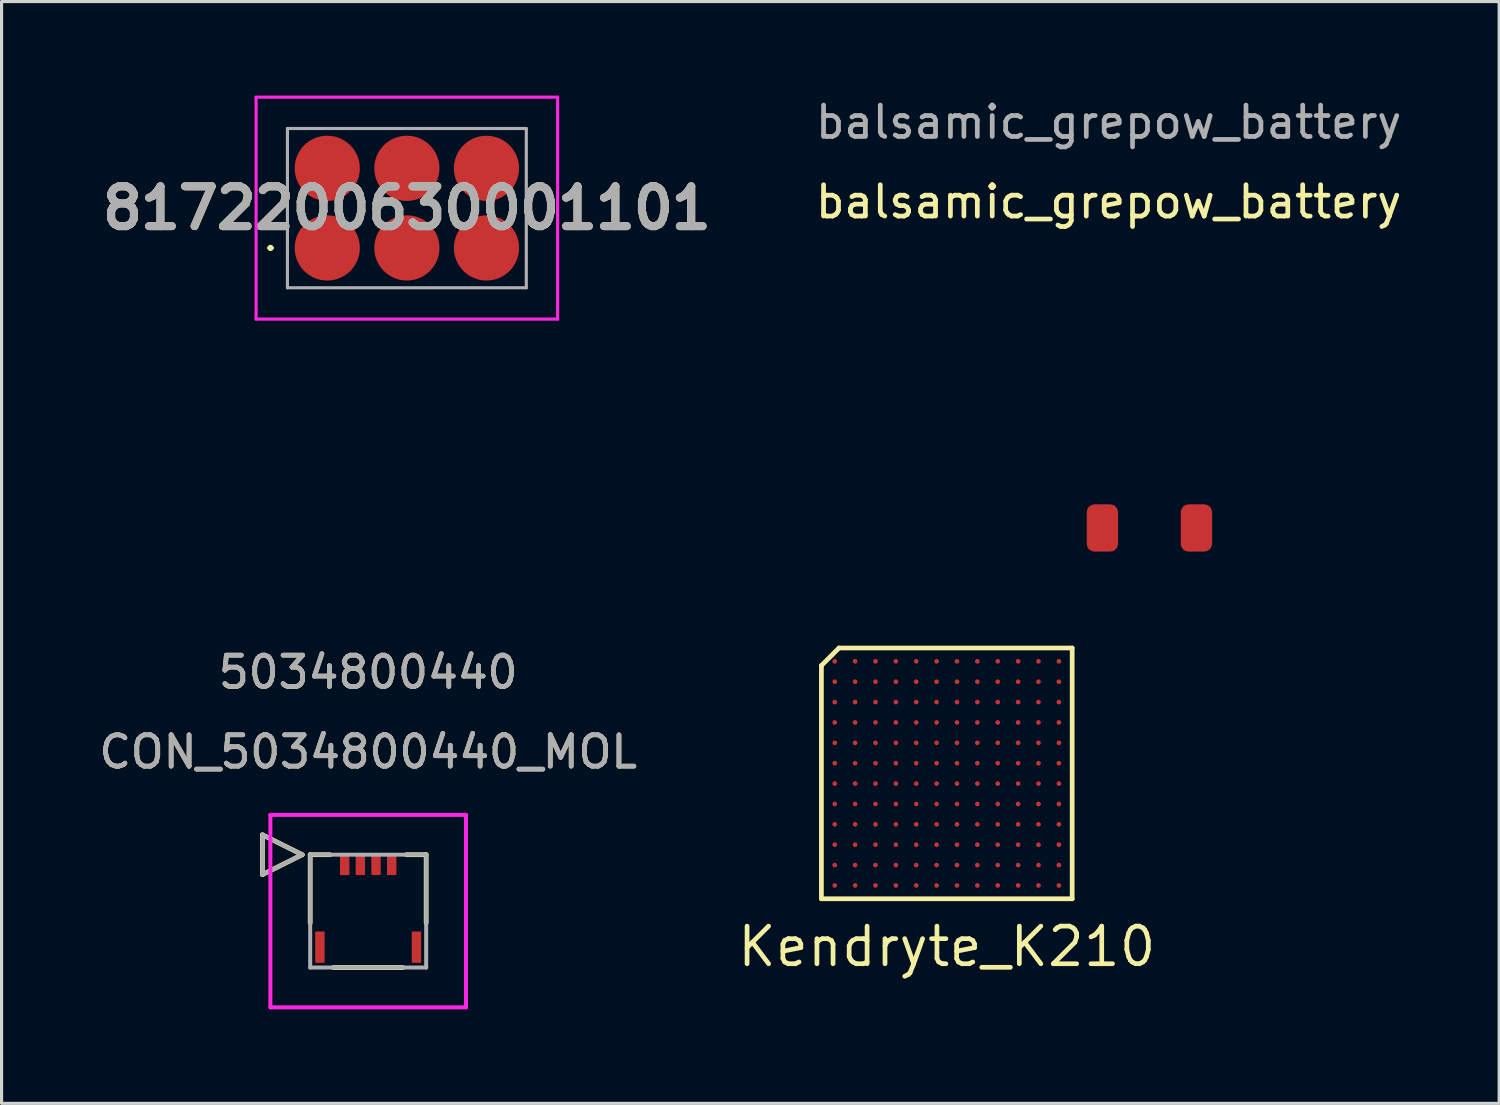
<source format=kicad_pcb>
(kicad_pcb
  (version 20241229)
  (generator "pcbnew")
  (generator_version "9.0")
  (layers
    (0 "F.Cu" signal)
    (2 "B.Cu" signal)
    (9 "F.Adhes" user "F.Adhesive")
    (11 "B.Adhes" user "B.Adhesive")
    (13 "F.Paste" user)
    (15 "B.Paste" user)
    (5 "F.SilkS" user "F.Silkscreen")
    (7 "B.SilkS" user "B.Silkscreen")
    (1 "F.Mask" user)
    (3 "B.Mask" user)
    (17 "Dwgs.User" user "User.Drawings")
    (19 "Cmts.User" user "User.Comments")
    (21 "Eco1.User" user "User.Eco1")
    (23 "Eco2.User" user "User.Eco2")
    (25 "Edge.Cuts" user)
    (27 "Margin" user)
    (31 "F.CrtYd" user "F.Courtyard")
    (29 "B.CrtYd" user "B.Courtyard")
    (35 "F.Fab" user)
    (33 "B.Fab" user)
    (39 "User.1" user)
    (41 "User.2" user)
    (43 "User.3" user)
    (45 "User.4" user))
  (footprint "8172200630001101"
    (layer "F.Cu")
    (at 9.93 3.59)
    (property "Reference" "8172200630001101" (at 0 0 0) (layer "F.SilkS") (effects (font (size 1.27 1.27) (thickness 0.254))))
    (attr smd)
    (fp_line (start -4.4 1.27) (end -4.4 1.27) (stroke (width 0.1) (type solid)) (layer "F.SilkS"))
    (fp_line (start -4.3 1.27) (end -4.3 1.27) (stroke (width 0.1) (type solid)) (layer "F.SilkS"))
    (fp_arc (start -4.4 1.27) (mid -4.35 1.22) (end -4.3 1.27) (stroke (width 0.1) (type solid)) (layer "F.SilkS"))
    (fp_arc (start -4.3 1.27) (mid -4.35 1.32) (end -4.4 1.27) (stroke (width 0.1) (type solid)) (layer "F.SilkS"))
    (fp_line (start -4.81 -3.54) (end 4.81 -3.54) (stroke (width 0.1) (type solid)) (layer "F.CrtYd"))
    (fp_line (start -4.81 3.54) (end -4.81 -3.54) (stroke (width 0.1) (type solid)) (layer "F.CrtYd"))
    (fp_line (start 4.81 -3.54) (end 4.81 3.54) (stroke (width 0.1) (type solid)) (layer "F.CrtYd"))
    (fp_line (start 4.81 3.54) (end -4.81 3.54) (stroke (width 0.1) (type solid)) (layer "F.CrtYd"))
    (fp_line (start -3.81 -2.54) (end 3.81 -2.54) (stroke (width 0.1) (type solid)) (layer "F.Fab"))
    (fp_line (start -3.81 2.54) (end -3.81 -2.54) (stroke (width 0.1) (type solid)) (layer "F.Fab"))
    (fp_line (start 3.81 -2.54) (end 3.81 2.54) (stroke (width 0.1) (type solid)) (layer "F.Fab"))
    (fp_line (start 3.81 2.54) (end -3.81 2.54) (stroke (width 0.1) (type solid)) (layer "F.Fab"))
    (fp_text user "${REFERENCE}" (at 0 0 0) (layer "F.Fab") (effects (font (size 1.27 1.27) (thickness 0.254))))
    (pad "1" smd circle (at -2.54 1.27 90) (size 2.08 2.08) (layers "F.Cu" "F.Mask" "F.Paste"))
    (pad "2" smd circle (at -2.54 -1.27 90) (size 2.08 2.08) (layers "F.Cu" "F.Mask" "F.Paste"))
    (pad "3" smd circle (at 0 1.27 90) (size 2.08 2.08) (layers "F.Cu" "F.Mask" "F.Paste"))
    (pad "4" smd circle (at 0 -1.27 90) (size 2.08 2.08) (layers "F.Cu" "F.Mask" "F.Paste"))
    (pad "5" smd circle (at 2.54 1.27 90) (size 2.08 2.08) (layers "F.Cu" "F.Mask" "F.Paste"))
    (pad "6" smd circle (at 2.54 -1.27 90) (size 2.08 2.08) (layers "F.Cu" "F.Mask" "F.Paste")))
  (footprint "CON_5034800440_MOL"
    (layer "F.Cu")
    (at 8.696 26.017)
    (property "Reference" "CON_5034800440_MOL" (at 0 -5.08 0) (unlocked yes) (layer "F.SilkS") (effects (font (size 1 1) (thickness 0.15))))
    (attr smd)
    (fp_line (start -3.374 -2.435) (end -3.374 -1.165) (stroke (width 0.152) (type solid)) (layer "F.SilkS"))
    (fp_line (start -3.374 -1.165) (end -2.104 -1.8) (stroke (width 0.152) (type solid)) (layer "F.SilkS"))
    (fp_line (start -2.104 -1.8) (end -3.374 -2.435) (stroke (width 0.152) (type solid)) (layer "F.SilkS"))
    (fp_line (start -1.85 -1.8) (end -1.85 0.373) (stroke (width 0.152) (type solid)) (layer "F.SilkS"))
    (fp_line (start -1.22 -1.8) (end -1.85 -1.8) (stroke (width 0.152) (type solid)) (layer "F.SilkS"))
    (fp_line (start -1.107 1.8) (end 1.107 1.8) (stroke (width 0.152) (type solid)) (layer "F.SilkS"))
    (fp_line (start 1.85 -1.8) (end 1.22 -1.8) (stroke (width 0.152) (type solid)) (layer "F.SilkS"))
    (fp_line (start 1.85 0.373) (end 1.85 -1.8) (stroke (width 0.152) (type solid)) (layer "F.SilkS"))
    (fp_line (start -3.12 -3.07) (end -3.12 3.07) (stroke (width 0.127) (type solid)) (layer "F.CrtYd"))
    (fp_line (start -3.12 3.07) (end 3.12 3.07) (stroke (width 0.127) (type solid)) (layer "F.CrtYd"))
    (fp_line (start 3.12 -3.07) (end -3.12 -3.07) (stroke (width 0.127) (type solid)) (layer "F.CrtYd"))
    (fp_line (start 3.12 3.07) (end 3.12 -3.07) (stroke (width 0.127) (type solid)) (layer "F.CrtYd"))
    (fp_line (start -3.374 -2.435) (end -3.374 -1.165) (stroke (width 0.127) (type solid)) (layer "F.Fab"))
    (fp_line (start -3.374 -1.165) (end -2.104 -1.8) (stroke (width 0.127) (type solid)) (layer "F.Fab"))
    (fp_line (start -2.104 -1.8) (end -3.374 -2.435) (stroke (width 0.127) (type solid)) (layer "F.Fab"))
    (fp_line (start -1.85 -1.8) (end -1.85 1.8) (stroke (width 0.127) (type solid)) (layer "F.Fab"))
    (fp_line (start -1.85 1.8) (end 1.85 1.8) (stroke (width 0.127) (type solid)) (layer "F.Fab"))
    (fp_line (start 1.85 -1.8) (end -1.85 -1.8) (stroke (width 0.127) (type solid)) (layer "F.Fab"))
    (fp_line (start 1.85 1.8) (end 1.85 -1.8) (stroke (width 0.127) (type solid)) (layer "F.Fab"))
    (fp_text user "5034800440" (at 0 -7.62 0) (unlocked yes) (layer "F.SilkS") (effects (font (size 1 1) (thickness 0.15))))
    (fp_text user "5034800440" (at 0 -7.62 0) (unlocked yes) (layer "F.Fab") (effects (font (size 1 1) (thickness 0.15))))
    (fp_text user "${REFERENCE}" (at 0 -5.08 0) (unlocked yes) (layer "F.Fab") (effects (font (size 1 1) (thickness 0.15))))
    (pad "1" smd rect (at -0.75 -1.5) (size 0.3 0.7) (layers "F.Cu" "F.Mask" "F.Paste"))
    (pad "2" smd rect (at -0.25 -1.5) (size 0.3 0.7) (layers "F.Cu" "F.Mask" "F.Paste"))
    (pad "3" smd rect (at 0.25 -1.5) (size 0.3 0.7) (layers "F.Cu" "F.Mask" "F.Paste"))
    (pad "4" smd rect (at 0.75 -1.5) (size 0.3 0.7) (layers "F.Cu" "F.Mask" "F.Paste"))
    (pad "P1" smd rect (at -1.54 1.15) (size 0.3 1) (layers "F.Cu" "F.Mask" "F.Paste"))
    (pad "P2" smd rect (at 1.54 1.15) (size 0.3 1) (layers "F.Cu" "F.Mask" "F.Paste")))
  (footprint "balsamic_grepow_battery"
    (layer "F.Cu")
    (at 32.319 13.548)
    (property "Reference" "balsamic_grepow_battery" (at 0 -10.16 0) (unlocked yes) (layer "F.SilkS") (effects (font (size 1 1) (thickness 0.15))))
    (attr smd)
    (fp_text user "${REFERENCE}" (at 0 -12.7 0) (unlocked yes) (layer "F.Fab") (effects (font (size 1 1) (thickness 0.15))))
    (pad "1" smd roundrect (at -0.2 0.246 180) (size 1 1.508) (layers "F.Cu" "F.Mask" "F.Paste") (roundrect_rratio 0.25))
    (pad "2" smd roundrect (at 2.8 0.246 180) (size 1 1.508) (layers "F.Cu" "F.Mask" "F.Paste") (roundrect_rratio 0.25)))
  (footprint "Kendryte_K210"
    (layer "F.Cu")
    (at 27.155 21.623)
    (property "Reference" "Kendryte_K210" (at 0 5.525 0) (layer "F.SilkS") (effects (font (size 1.2 1.2) (thickness 0.15))))
    (attr through_hole)
    (fp_line (start -4 -3.44) (end -4 4) (stroke (width 0.15) (type solid)) (layer "F.SilkS"))
    (fp_line (start -4 4) (end 4 4) (stroke (width 0.15) (type solid)) (layer "F.SilkS"))
    (fp_line (start -3.44 -4) (end -4 -3.44) (stroke (width 0.15) (type solid)) (layer "F.SilkS"))
    (fp_line (start 4 -4) (end -3.44 -4) (stroke (width 0.15) (type solid)) (layer "F.SilkS"))
    (fp_line (start 4 4) (end 4 -4) (stroke (width 0.15) (type solid)) (layer "F.SilkS"))
    (pad "A1" smd circle (at -3.575 -3.575) (size 0.15 0.15) (layers "F.Cu" "F.Mask" "F.Paste"))
    (pad "A2" smd circle (at -2.925 -3.575) (size 0.15 0.15) (layers "F.Cu" "F.Mask" "F.Paste"))
    (pad "A3" smd circle (at -2.275 -3.575) (size 0.15 0.15) (layers "F.Cu" "F.Mask" "F.Paste"))
    (pad "A4" smd circle (at -1.625 -3.575) (size 0.15 0.15) (layers "F.Cu" "F.Mask" "F.Paste"))
    (pad "A5" smd circle (at -0.975 -3.575) (size 0.15 0.15) (layers "F.Cu" "F.Mask" "F.Paste"))
    (pad "A6" smd circle (at -0.325 -3.575) (size 0.15 0.15) (layers "F.Cu" "F.Mask" "F.Paste"))
    (pad "A7" smd circle (at 0.325 -3.575) (size 0.15 0.15) (layers "F.Cu" "F.Mask" "F.Paste"))
    (pad "A8" smd circle (at 0.975 -3.575) (size 0.15 0.15) (layers "F.Cu" "F.Mask" "F.Paste"))
    (pad "A9" smd circle (at 1.625 -3.575) (size 0.15 0.15) (layers "F.Cu" "F.Mask" "F.Paste"))
    (pad "A10" smd circle (at 2.275 -3.575) (size 0.15 0.15) (layers "F.Cu" "F.Mask" "F.Paste"))
    (pad "A11" smd circle (at 2.925 -3.575) (size 0.15 0.15) (layers "F.Cu" "F.Mask" "F.Paste"))
    (pad "A12" smd circle (at 3.575 -3.575) (size 0.15 0.15) (layers "F.Cu" "F.Mask" "F.Paste"))
    (pad "B1" smd circle (at -3.575 -2.925) (size 0.15 0.15) (layers "F.Cu" "F.Mask" "F.Paste"))
    (pad "B2" smd circle (at -2.925 -2.925) (size 0.15 0.15) (layers "F.Cu" "F.Mask" "F.Paste"))
    (pad "B3" smd circle (at -2.275 -2.925) (size 0.15 0.15) (layers "F.Cu" "F.Mask" "F.Paste"))
    (pad "B4" smd circle (at -1.625 -2.925) (size 0.15 0.15) (layers "F.Cu" "F.Mask" "F.Paste"))
    (pad "B5" smd circle (at -0.975 -2.925) (size 0.15 0.15) (layers "F.Cu" "F.Mask" "F.Paste"))
    (pad "B6" smd circle (at -0.325 -2.925) (size 0.15 0.15) (layers "F.Cu" "F.Mask" "F.Paste"))
    (pad "B7" smd circle (at 0.325 -2.925) (size 0.15 0.15) (layers "F.Cu" "F.Mask" "F.Paste"))
    (pad "B8" smd circle (at 0.975 -2.925) (size 0.15 0.15) (layers "F.Cu" "F.Mask" "F.Paste"))
    (pad "B9" smd circle (at 1.625 -2.925) (size 0.15 0.15) (layers "F.Cu" "F.Mask" "F.Paste"))
    (pad "B10" smd circle (at 2.275 -2.925) (size 0.15 0.15) (layers "F.Cu" "F.Mask" "F.Paste"))
    (pad "B11" smd circle (at 2.925 -2.925) (size 0.15 0.15) (layers "F.Cu" "F.Mask" "F.Paste"))
    (pad "B12" smd circle (at 3.575 -2.925) (size 0.15 0.15) (layers "F.Cu" "F.Mask" "F.Paste"))
    (pad "C1" smd circle (at -3.575 -2.275) (size 0.15 0.15) (layers "F.Cu" "F.Mask" "F.Paste"))
    (pad "C2" smd circle (at -2.925 -2.275) (size 0.15 0.15) (layers "F.Cu" "F.Mask" "F.Paste"))
    (pad "C3" smd circle (at -2.275 -2.275) (size 0.15 0.15) (layers "F.Cu" "F.Mask" "F.Paste"))
    (pad "C4" smd circle (at -1.625 -2.275) (size 0.15 0.15) (layers "F.Cu" "F.Mask" "F.Paste"))
    (pad "C5" smd circle (at -0.975 -2.275) (size 0.15 0.15) (layers "F.Cu" "F.Mask" "F.Paste"))
    (pad "C6" smd circle (at -0.325 -2.275) (size 0.15 0.15) (layers "F.Cu" "F.Mask" "F.Paste"))
    (pad "C7" smd circle (at 0.325 -2.275) (size 0.15 0.15) (layers "F.Cu" "F.Mask" "F.Paste"))
    (pad "C8" smd circle (at 0.975 -2.275) (size 0.15 0.15) (layers "F.Cu" "F.Mask" "F.Paste"))
    (pad "C9" smd circle (at 1.625 -2.275) (size 0.15 0.15) (layers "F.Cu" "F.Mask" "F.Paste"))
    (pad "C10" smd circle (at 2.275 -2.275) (size 0.15 0.15) (layers "F.Cu" "F.Mask" "F.Paste"))
    (pad "C11" smd circle (at 2.925 -2.275) (size 0.15 0.15) (layers "F.Cu" "F.Mask" "F.Paste"))
    (pad "C12" smd circle (at 3.575 -2.275) (size 0.15 0.15) (layers "F.Cu" "F.Mask" "F.Paste"))
    (pad "D1" smd circle (at -3.575 -1.625) (size 0.15 0.15) (layers "F.Cu" "F.Mask" "F.Paste"))
    (pad "D2" smd circle (at -2.925 -1.625) (size 0.15 0.15) (layers "F.Cu" "F.Mask" "F.Paste"))
    (pad "D3" smd circle (at -2.275 -1.625) (size 0.15 0.15) (layers "F.Cu" "F.Mask" "F.Paste"))
    (pad "D4" smd circle (at -1.625 -1.625) (size 0.15 0.15) (layers "F.Cu" "F.Mask" "F.Paste"))
    (pad "D5" smd circle (at -0.975 -1.625) (size 0.15 0.15) (layers "F.Cu" "F.Mask" "F.Paste"))
    (pad "D6" smd circle (at -0.325 -1.625) (size 0.15 0.15) (layers "F.Cu" "F.Mask" "F.Paste"))
    (pad "D7" smd circle (at 0.325 -1.625) (size 0.15 0.15) (layers "F.Cu" "F.Mask" "F.Paste"))
    (pad "D8" smd circle (at 0.975 -1.625) (size 0.15 0.15) (layers "F.Cu" "F.Mask" "F.Paste"))
    (pad "D9" smd circle (at 1.625 -1.625) (size 0.15 0.15) (layers "F.Cu" "F.Mask" "F.Paste"))
    (pad "D10" smd circle (at 2.275 -1.625) (size 0.15 0.15) (layers "F.Cu" "F.Mask" "F.Paste"))
    (pad "D11" smd circle (at 2.925 -1.625) (size 0.15 0.15) (layers "F.Cu" "F.Mask" "F.Paste"))
    (pad "D12" smd circle (at 3.575 -1.625) (size 0.15 0.15) (layers "F.Cu" "F.Mask" "F.Paste"))
    (pad "E1" smd circle (at -3.575 -0.975) (size 0.15 0.15) (layers "F.Cu" "F.Mask" "F.Paste"))
    (pad "E2" smd circle (at -2.925 -0.975) (size 0.15 0.15) (layers "F.Cu" "F.Mask" "F.Paste"))
    (pad "E3" smd circle (at -2.275 -0.975) (size 0.15 0.15) (layers "F.Cu" "F.Mask" "F.Paste"))
    (pad "E4" smd circle (at -1.625 -0.975) (size 0.15 0.15) (layers "F.Cu" "F.Mask" "F.Paste"))
    (pad "E5" smd circle (at -0.975 -0.975) (size 0.15 0.15) (layers "F.Cu" "F.Mask" "F.Paste"))
    (pad "E6" smd circle (at -0.325 -0.975) (size 0.15 0.15) (layers "F.Cu" "F.Mask" "F.Paste"))
    (pad "E7" smd circle (at 0.325 -0.975) (size 0.15 0.15) (layers "F.Cu" "F.Mask" "F.Paste"))
    (pad "E8" smd circle (at 0.975 -0.975) (size 0.15 0.15) (layers "F.Cu" "F.Mask" "F.Paste"))
    (pad "E9" smd circle (at 1.625 -0.975) (size 0.15 0.15) (layers "F.Cu" "F.Mask" "F.Paste"))
    (pad "E10" smd circle (at 2.275 -0.975) (size 0.15 0.15) (layers "F.Cu" "F.Mask" "F.Paste"))
    (pad "E11" smd circle (at 2.925 -0.975) (size 0.15 0.15) (layers "F.Cu" "F.Mask" "F.Paste"))
    (pad "E12" smd circle (at 3.575 -0.975) (size 0.15 0.15) (layers "F.Cu" "F.Mask" "F.Paste"))
    (pad "F1" smd circle (at -3.575 -0.325) (size 0.15 0.15) (layers "F.Cu" "F.Mask" "F.Paste"))
    (pad "F2" smd circle (at -2.925 -0.325) (size 0.15 0.15) (layers "F.Cu" "F.Mask" "F.Paste"))
    (pad "F3" smd circle (at -2.275 -0.325) (size 0.15 0.15) (layers "F.Cu" "F.Mask" "F.Paste"))
    (pad "F4" smd circle (at -1.625 -0.325) (size 0.15 0.15) (layers "F.Cu" "F.Mask" "F.Paste"))
    (pad "F5" smd circle (at -0.975 -0.325) (size 0.15 0.15) (layers "F.Cu" "F.Mask" "F.Paste"))
    (pad "F6" smd circle (at -0.325 -0.325) (size 0.15 0.15) (layers "F.Cu" "F.Mask" "F.Paste"))
    (pad "F7" smd circle (at 0.325 -0.325) (size 0.15 0.15) (layers "F.Cu" "F.Mask" "F.Paste"))
    (pad "F8" smd circle (at 0.975 -0.325) (size 0.15 0.15) (layers "F.Cu" "F.Mask" "F.Paste"))
    (pad "F9" smd circle (at 1.625 -0.325) (size 0.15 0.15) (layers "F.Cu" "F.Mask" "F.Paste"))
    (pad "F10" smd circle (at 2.275 -0.325) (size 0.15 0.15) (layers "F.Cu" "F.Mask" "F.Paste"))
    (pad "F11" smd circle (at 2.925 -0.325) (size 0.15 0.15) (layers "F.Cu" "F.Mask" "F.Paste"))
    (pad "F12" smd circle (at 3.575 -0.325) (size 0.15 0.15) (layers "F.Cu" "F.Mask" "F.Paste"))
    (pad "G1" smd circle (at -3.575 0.325) (size 0.15 0.15) (layers "F.Cu" "F.Mask" "F.Paste"))
    (pad "G2" smd circle (at -2.925 0.325) (size 0.15 0.15) (layers "F.Cu" "F.Mask" "F.Paste"))
    (pad "G3" smd circle (at -2.275 0.325) (size 0.15 0.15) (layers "F.Cu" "F.Mask" "F.Paste"))
    (pad "G4" smd circle (at -1.625 0.325) (size 0.15 0.15) (layers "F.Cu" "F.Mask" "F.Paste"))
    (pad "G5" smd circle (at -0.975 0.325) (size 0.15 0.15) (layers "F.Cu" "F.Mask" "F.Paste"))
    (pad "G6" smd circle (at -0.325 0.325) (size 0.15 0.15) (layers "F.Cu" "F.Mask" "F.Paste"))
    (pad "G7" smd circle (at 0.325 0.325) (size 0.15 0.15) (layers "F.Cu" "F.Mask" "F.Paste"))
    (pad "G8" smd circle (at 0.975 0.325) (size 0.15 0.15) (layers "F.Cu" "F.Mask" "F.Paste"))
    (pad "G9" smd circle (at 1.625 0.325) (size 0.15 0.15) (layers "F.Cu" "F.Mask" "F.Paste"))
    (pad "G10" smd circle (at 2.275 0.325) (size 0.15 0.15) (layers "F.Cu" "F.Mask" "F.Paste"))
    (pad "G11" smd circle (at 2.925 0.325) (size 0.15 0.15) (layers "F.Cu" "F.Mask" "F.Paste"))
    (pad "G12" smd circle (at 3.575 0.325) (size 0.15 0.15) (layers "F.Cu" "F.Mask" "F.Paste"))
    (pad "H1" smd circle (at -3.575 0.975) (size 0.15 0.15) (layers "F.Cu" "F.Mask" "F.Paste"))
    (pad "H2" smd circle (at -2.925 0.975) (size 0.15 0.15) (layers "F.Cu" "F.Mask" "F.Paste"))
    (pad "H3" smd circle (at -2.275 0.975) (size 0.15 0.15) (layers "F.Cu" "F.Mask" "F.Paste"))
    (pad "H4" smd circle (at -1.625 0.975) (size 0.15 0.15) (layers "F.Cu" "F.Mask" "F.Paste"))
    (pad "H5" smd circle (at -0.975 0.975) (size 0.15 0.15) (layers "F.Cu" "F.Mask" "F.Paste"))
    (pad "H6" smd circle (at -0.325 0.975) (size 0.15 0.15) (layers "F.Cu" "F.Mask" "F.Paste"))
    (pad "H7" smd circle (at 0.325 0.975) (size 0.15 0.15) (layers "F.Cu" "F.Mask" "F.Paste"))
    (pad "H8" smd circle (at 0.975 0.975) (size 0.15 0.15) (layers "F.Cu" "F.Mask" "F.Paste"))
    (pad "H9" smd circle (at 1.625 0.975) (size 0.15 0.15) (layers "F.Cu" "F.Mask" "F.Paste"))
    (pad "H10" smd circle (at 2.275 0.975) (size 0.15 0.15) (layers "F.Cu" "F.Mask" "F.Paste"))
    (pad "H11" smd circle (at 2.925 0.975) (size 0.15 0.15) (layers "F.Cu" "F.Mask" "F.Paste"))
    (pad "H12" smd circle (at 3.575 0.975) (size 0.15 0.15) (layers "F.Cu" "F.Mask" "F.Paste"))
    (pad "J1" smd circle (at -3.575 1.625) (size 0.15 0.15) (layers "F.Cu" "F.Mask" "F.Paste"))
    (pad "J2" smd circle (at -2.925 1.625) (size 0.15 0.15) (layers "F.Cu" "F.Mask" "F.Paste"))
    (pad "J3" smd circle (at -2.275 1.625) (size 0.15 0.15) (layers "F.Cu" "F.Mask" "F.Paste"))
    (pad "J4" smd circle (at -1.625 1.625) (size 0.15 0.15) (layers "F.Cu" "F.Mask" "F.Paste"))
    (pad "J5" smd circle (at -0.975 1.625) (size 0.15 0.15) (layers "F.Cu" "F.Mask" "F.Paste"))
    (pad "J6" smd circle (at -0.325 1.625) (size 0.15 0.15) (layers "F.Cu" "F.Mask" "F.Paste"))
    (pad "J7" smd circle (at 0.325 1.625) (size 0.15 0.15) (layers "F.Cu" "F.Mask" "F.Paste"))
    (pad "J8" smd circle (at 0.975 1.625) (size 0.15 0.15) (layers "F.Cu" "F.Mask" "F.Paste"))
    (pad "J9" smd circle (at 1.625 1.625) (size 0.15 0.15) (layers "F.Cu" "F.Mask" "F.Paste"))
    (pad "J10" smd circle (at 2.275 1.625) (size 0.15 0.15) (layers "F.Cu" "F.Mask" "F.Paste"))
    (pad "J11" smd circle (at 2.925 1.625) (size 0.15 0.15) (layers "F.Cu" "F.Mask" "F.Paste"))
    (pad "J12" smd circle (at 3.575 1.625) (size 0.15 0.15) (layers "F.Cu" "F.Mask" "F.Paste"))
    (pad "K1" smd circle (at -3.575 2.275) (size 0.15 0.15) (layers "F.Cu" "F.Mask" "F.Paste"))
    (pad "K2" smd circle (at -2.925 2.275) (size 0.15 0.15) (layers "F.Cu" "F.Mask" "F.Paste"))
    (pad "K3" smd circle (at -2.275 2.275) (size 0.15 0.15) (layers "F.Cu" "F.Mask" "F.Paste"))
    (pad "K4" smd circle (at -1.625 2.275) (size 0.15 0.15) (layers "F.Cu" "F.Mask" "F.Paste"))
    (pad "K5" smd circle (at -0.975 2.275) (size 0.15 0.15) (layers "F.Cu" "F.Mask" "F.Paste"))
    (pad "K6" smd circle (at -0.325 2.275) (size 0.15 0.15) (layers "F.Cu" "F.Mask" "F.Paste"))
    (pad "K7" smd circle (at 0.325 2.275) (size 0.15 0.15) (layers "F.Cu" "F.Mask" "F.Paste"))
    (pad "K8" smd circle (at 0.975 2.275) (size 0.15 0.15) (layers "F.Cu" "F.Mask" "F.Paste"))
    (pad "K9" smd circle (at 1.625 2.275) (size 0.15 0.15) (layers "F.Cu" "F.Mask" "F.Paste"))
    (pad "K10" smd circle (at 2.275 2.275) (size 0.15 0.15) (layers "F.Cu" "F.Mask" "F.Paste"))
    (pad "K11" smd circle (at 2.925 2.275) (size 0.15 0.15) (layers "F.Cu" "F.Mask" "F.Paste"))
    (pad "K12" smd circle (at 3.575 2.275) (size 0.15 0.15) (layers "F.Cu" "F.Mask" "F.Paste"))
    (pad "L1" smd circle (at -3.575 2.925) (size 0.15 0.15) (layers "F.Cu" "F.Mask" "F.Paste"))
    (pad "L2" smd circle (at -2.925 2.925) (size 0.15 0.15) (layers "F.Cu" "F.Mask" "F.Paste"))
    (pad "L3" smd circle (at -2.275 2.925) (size 0.15 0.15) (layers "F.Cu" "F.Mask" "F.Paste"))
    (pad "L4" smd circle (at -1.625 2.925) (size 0.15 0.15) (layers "F.Cu" "F.Mask" "F.Paste"))
    (pad "L5" smd circle (at -0.975 2.925) (size 0.15 0.15) (layers "F.Cu" "F.Mask" "F.Paste"))
    (pad "L6" smd circle (at -0.325 2.925) (size 0.15 0.15) (layers "F.Cu" "F.Mask" "F.Paste"))
    (pad "L7" smd circle (at 0.325 2.925) (size 0.15 0.15) (layers "F.Cu" "F.Mask" "F.Paste"))
    (pad "L8" smd circle (at 0.975 2.925) (size 0.15 0.15) (layers "F.Cu" "F.Mask" "F.Paste"))
    (pad "L9" smd circle (at 1.625 2.925) (size 0.15 0.15) (layers "F.Cu" "F.Mask" "F.Paste"))
    (pad "L10" smd circle (at 2.275 2.925) (size 0.15 0.15) (layers "F.Cu" "F.Mask" "F.Paste"))
    (pad "L11" smd circle (at 2.925 2.925) (size 0.15 0.15) (layers "F.Cu" "F.Mask" "F.Paste"))
    (pad "L12" smd circle (at 3.575 2.925) (size 0.15 0.15) (layers "F.Cu" "F.Mask" "F.Paste"))
    (pad "M1" smd circle (at -3.575 3.575) (size 0.15 0.15) (layers "F.Cu" "F.Mask" "F.Paste"))
    (pad "M2" smd circle (at -2.925 3.575) (size 0.15 0.15) (layers "F.Cu" "F.Mask" "F.Paste"))
    (pad "M3" smd circle (at -2.275 3.575) (size 0.15 0.15) (layers "F.Cu" "F.Mask" "F.Paste"))
    (pad "M4" smd circle (at -1.625 3.575) (size 0.15 0.15) (layers "F.Cu" "F.Mask" "F.Paste"))
    (pad "M5" smd circle (at -0.975 3.575) (size 0.15 0.15) (layers "F.Cu" "F.Mask" "F.Paste"))
    (pad "M6" smd circle (at -0.325 3.575) (size 0.15 0.15) (layers "F.Cu" "F.Mask" "F.Paste"))
    (pad "M7" smd circle (at 0.325 3.575) (size 0.15 0.15) (layers "F.Cu" "F.Mask" "F.Paste"))
    (pad "M8" smd circle (at 0.975 3.575) (size 0.15 0.15) (layers "F.Cu" "F.Mask" "F.Paste"))
    (pad "M9" smd circle (at 1.625 3.575) (size 0.15 0.15) (layers "F.Cu" "F.Mask" "F.Paste"))
    (pad "M10" smd circle (at 2.275 3.575) (size 0.15 0.15) (layers "F.Cu" "F.Mask" "F.Paste"))
    (pad "M11" smd circle (at 2.925 3.575) (size 0.15 0.15) (layers "F.Cu" "F.Mask" "F.Paste"))
    (pad "M12" smd circle (at 3.575 3.575) (size 0.15 0.15) (layers "F.Cu" "F.Mask" "F.Paste")))
  (gr_rect
    (start -3 -3)
    (end 44.777 32.15)
    (stroke (width 0.1) (type default))
    (fill no)
    (layer "Edge.Cuts")))
</source>
